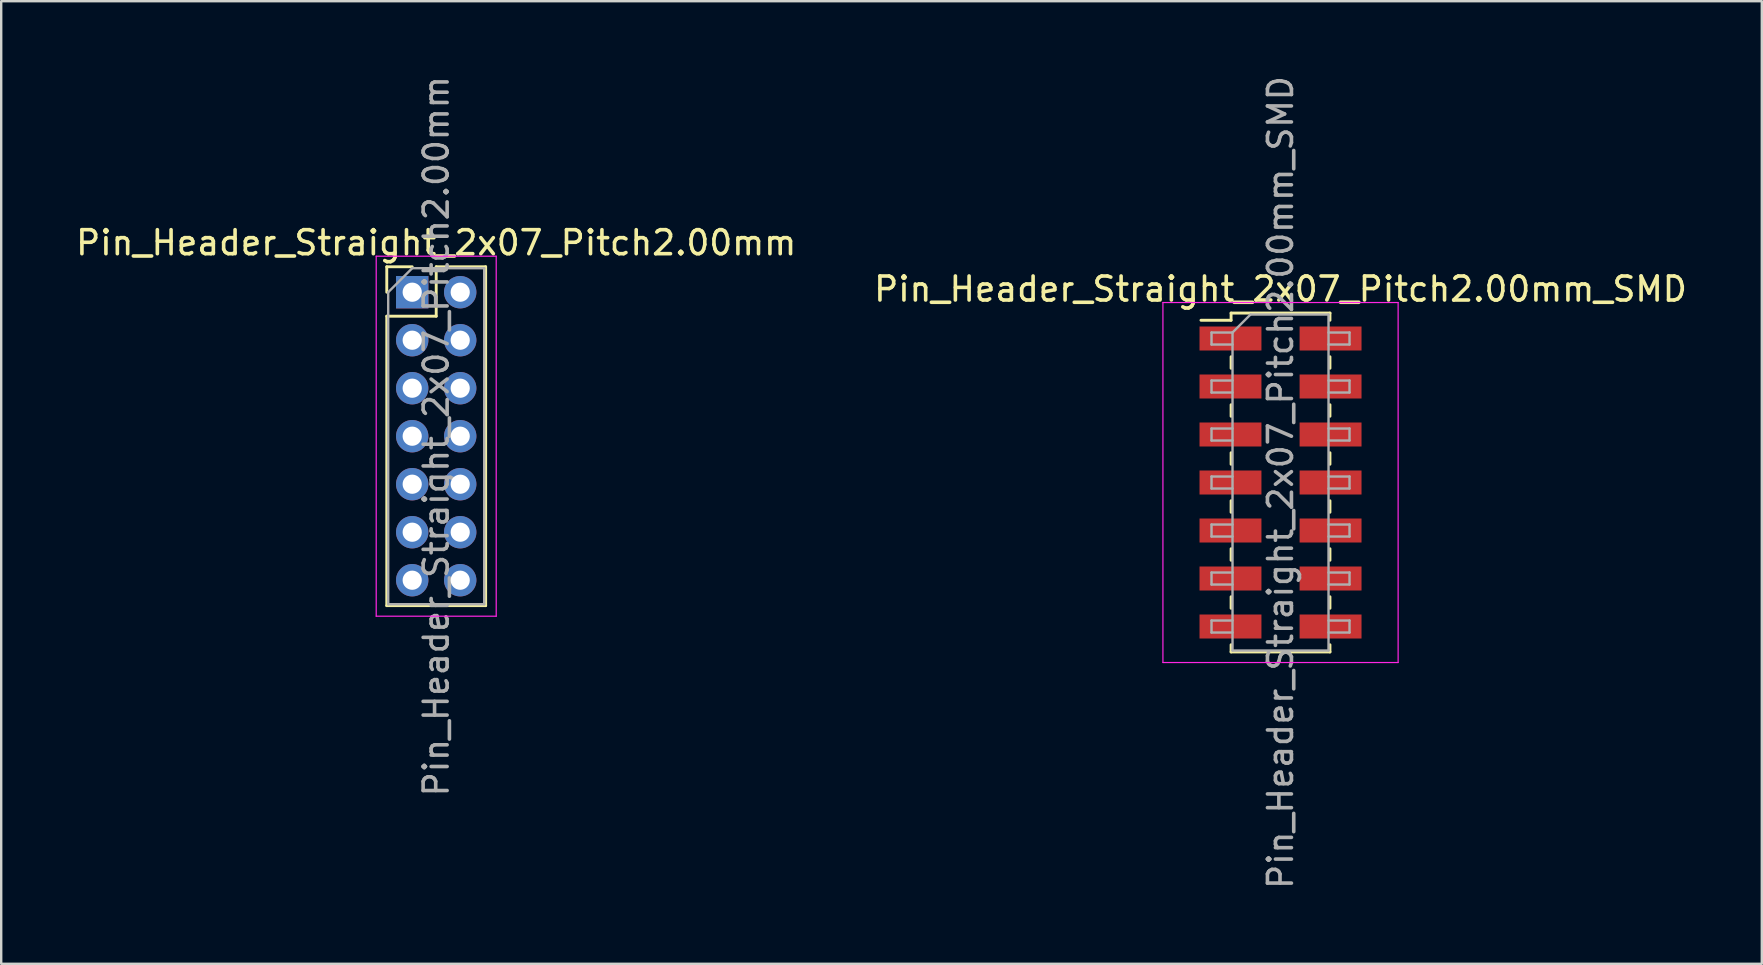
<source format=kicad_pcb>
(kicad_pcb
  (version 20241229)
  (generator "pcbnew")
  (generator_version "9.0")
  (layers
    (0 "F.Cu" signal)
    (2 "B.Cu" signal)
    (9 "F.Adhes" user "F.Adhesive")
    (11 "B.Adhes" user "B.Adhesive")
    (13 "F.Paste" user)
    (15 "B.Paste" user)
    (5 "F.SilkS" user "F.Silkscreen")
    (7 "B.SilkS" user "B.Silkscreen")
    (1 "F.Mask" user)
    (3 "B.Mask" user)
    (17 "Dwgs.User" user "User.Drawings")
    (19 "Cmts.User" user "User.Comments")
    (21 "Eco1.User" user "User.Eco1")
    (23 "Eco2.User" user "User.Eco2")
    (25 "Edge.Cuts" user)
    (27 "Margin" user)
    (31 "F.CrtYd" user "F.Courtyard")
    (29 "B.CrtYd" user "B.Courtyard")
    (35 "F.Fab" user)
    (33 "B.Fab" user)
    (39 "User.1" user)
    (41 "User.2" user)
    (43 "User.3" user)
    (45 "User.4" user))
  (footprint "Pin_Header_Straight_2x07_Pitch2.00mm_SMD"
    (layer "F.Cu")
    (at 50.304 17.054)
    (property "Reference" "Pin_Header_Straight_2x07_Pitch2.00mm_SMD" (at 0 -8.06 0) (layer "F.SilkS") (effects (font (size 1 1) (thickness 0.15))))
    (attr smd)
    (fp_line (start -3.315 -6.76) (end -2.06 -6.76) (stroke (width 0.12) (type solid)) (layer "F.SilkS"))
    (fp_line (start -2.06 -7.06) (end -2.06 -6.76) (stroke (width 0.12) (type solid)) (layer "F.SilkS"))
    (fp_line (start -2.06 -7.06) (end 2.06 -7.06) (stroke (width 0.12) (type solid)) (layer "F.SilkS"))
    (fp_line (start -2.06 -5.24) (end -2.06 -4.76) (stroke (width 0.12) (type solid)) (layer "F.SilkS"))
    (fp_line (start -2.06 -3.24) (end -2.06 -2.76) (stroke (width 0.12) (type solid)) (layer "F.SilkS"))
    (fp_line (start -2.06 -1.24) (end -2.06 -0.76) (stroke (width 0.12) (type solid)) (layer "F.SilkS"))
    (fp_line (start -2.06 0.76) (end -2.06 1.24) (stroke (width 0.12) (type solid)) (layer "F.SilkS"))
    (fp_line (start -2.06 2.76) (end -2.06 3.24) (stroke (width 0.12) (type solid)) (layer "F.SilkS"))
    (fp_line (start -2.06 4.76) (end -2.06 5.24) (stroke (width 0.12) (type solid)) (layer "F.SilkS"))
    (fp_line (start -2.06 6.76) (end -2.06 7.06) (stroke (width 0.12) (type solid)) (layer "F.SilkS"))
    (fp_line (start -2.06 7.06) (end 2.06 7.06) (stroke (width 0.12) (type solid)) (layer "F.SilkS"))
    (fp_line (start 2.06 -7.06) (end 2.06 -6.76) (stroke (width 0.12) (type solid)) (layer "F.SilkS"))
    (fp_line (start 2.06 -5.24) (end 2.06 -4.76) (stroke (width 0.12) (type solid)) (layer "F.SilkS"))
    (fp_line (start 2.06 -3.24) (end 2.06 -2.76) (stroke (width 0.12) (type solid)) (layer "F.SilkS"))
    (fp_line (start 2.06 -1.24) (end 2.06 -0.76) (stroke (width 0.12) (type solid)) (layer "F.SilkS"))
    (fp_line (start 2.06 0.76) (end 2.06 1.24) (stroke (width 0.12) (type solid)) (layer "F.SilkS"))
    (fp_line (start 2.06 2.76) (end 2.06 3.24) (stroke (width 0.12) (type solid)) (layer "F.SilkS"))
    (fp_line (start 2.06 4.76) (end 2.06 5.24) (stroke (width 0.12) (type solid)) (layer "F.SilkS"))
    (fp_line (start 2.06 6.76) (end 2.06 7.06) (stroke (width 0.12) (type solid)) (layer "F.SilkS"))
    (fp_line (start -4.9 -7.5) (end -4.9 7.5) (stroke (width 0.05) (type solid)) (layer "F.CrtYd"))
    (fp_line (start -4.9 7.5) (end 4.9 7.5) (stroke (width 0.05) (type solid)) (layer "F.CrtYd"))
    (fp_line (start 4.9 -7.5) (end -4.9 -7.5) (stroke (width 0.05) (type solid)) (layer "F.CrtYd"))
    (fp_line (start 4.9 7.5) (end 4.9 -7.5) (stroke (width 0.05) (type solid)) (layer "F.CrtYd"))
    (fp_line (start -2.875 -6.25) (end -2.875 -5.75) (stroke (width 0.1) (type solid)) (layer "F.Fab"))
    (fp_line (start -2.875 -5.75) (end -2 -5.75) (stroke (width 0.1) (type solid)) (layer "F.Fab"))
    (fp_line (start -2.875 -4.25) (end -2.875 -3.75) (stroke (width 0.1) (type solid)) (layer "F.Fab"))
    (fp_line (start -2.875 -3.75) (end -2 -3.75) (stroke (width 0.1) (type solid)) (layer "F.Fab"))
    (fp_line (start -2.875 -2.25) (end -2.875 -1.75) (stroke (width 0.1) (type solid)) (layer "F.Fab"))
    (fp_line (start -2.875 -1.75) (end -2 -1.75) (stroke (width 0.1) (type solid)) (layer "F.Fab"))
    (fp_line (start -2.875 -0.25) (end -2.875 0.25) (stroke (width 0.1) (type solid)) (layer "F.Fab"))
    (fp_line (start -2.875 0.25) (end -2 0.25) (stroke (width 0.1) (type solid)) (layer "F.Fab"))
    (fp_line (start -2.875 1.75) (end -2.875 2.25) (stroke (width 0.1) (type solid)) (layer "F.Fab"))
    (fp_line (start -2.875 2.25) (end -2 2.25) (stroke (width 0.1) (type solid)) (layer "F.Fab"))
    (fp_line (start -2.875 3.75) (end -2.875 4.25) (stroke (width 0.1) (type solid)) (layer "F.Fab"))
    (fp_line (start -2.875 4.25) (end -2 4.25) (stroke (width 0.1) (type solid)) (layer "F.Fab"))
    (fp_line (start -2.875 5.75) (end -2.875 6.25) (stroke (width 0.1) (type solid)) (layer "F.Fab"))
    (fp_line (start -2.875 6.25) (end -2 6.25) (stroke (width 0.1) (type solid)) (layer "F.Fab"))
    (fp_line (start -2 -6.25) (end -2.875 -6.25) (stroke (width 0.1) (type solid)) (layer "F.Fab"))
    (fp_line (start -2 -6.25) (end -1.25 -7) (stroke (width 0.1) (type solid)) (layer "F.Fab"))
    (fp_line (start -2 -4.25) (end -2.875 -4.25) (stroke (width 0.1) (type solid)) (layer "F.Fab"))
    (fp_line (start -2 -2.25) (end -2.875 -2.25) (stroke (width 0.1) (type solid)) (layer "F.Fab"))
    (fp_line (start -2 -0.25) (end -2.875 -0.25) (stroke (width 0.1) (type solid)) (layer "F.Fab"))
    (fp_line (start -2 1.75) (end -2.875 1.75) (stroke (width 0.1) (type solid)) (layer "F.Fab"))
    (fp_line (start -2 3.75) (end -2.875 3.75) (stroke (width 0.1) (type solid)) (layer "F.Fab"))
    (fp_line (start -2 5.75) (end -2.875 5.75) (stroke (width 0.1) (type solid)) (layer "F.Fab"))
    (fp_line (start -2 7) (end -2 -6.25) (stroke (width 0.1) (type solid)) (layer "F.Fab"))
    (fp_line (start -1.25 -7) (end 2 -7) (stroke (width 0.1) (type solid)) (layer "F.Fab"))
    (fp_line (start 2 -7) (end 2 7) (stroke (width 0.1) (type solid)) (layer "F.Fab"))
    (fp_line (start 2 -6.25) (end 2.875 -6.25) (stroke (width 0.1) (type solid)) (layer "F.Fab"))
    (fp_line (start 2 -4.25) (end 2.875 -4.25) (stroke (width 0.1) (type solid)) (layer "F.Fab"))
    (fp_line (start 2 -2.25) (end 2.875 -2.25) (stroke (width 0.1) (type solid)) (layer "F.Fab"))
    (fp_line (start 2 -0.25) (end 2.875 -0.25) (stroke (width 0.1) (type solid)) (layer "F.Fab"))
    (fp_line (start 2 1.75) (end 2.875 1.75) (stroke (width 0.1) (type solid)) (layer "F.Fab"))
    (fp_line (start 2 3.75) (end 2.875 3.75) (stroke (width 0.1) (type solid)) (layer "F.Fab"))
    (fp_line (start 2 5.75) (end 2.875 5.75) (stroke (width 0.1) (type solid)) (layer "F.Fab"))
    (fp_line (start 2 7) (end -2 7) (stroke (width 0.1) (type solid)) (layer "F.Fab"))
    (fp_line (start 2.875 -6.25) (end 2.875 -5.75) (stroke (width 0.1) (type solid)) (layer "F.Fab"))
    (fp_line (start 2.875 -5.75) (end 2 -5.75) (stroke (width 0.1) (type solid)) (layer "F.Fab"))
    (fp_line (start 2.875 -4.25) (end 2.875 -3.75) (stroke (width 0.1) (type solid)) (layer "F.Fab"))
    (fp_line (start 2.875 -3.75) (end 2 -3.75) (stroke (width 0.1) (type solid)) (layer "F.Fab"))
    (fp_line (start 2.875 -2.25) (end 2.875 -1.75) (stroke (width 0.1) (type solid)) (layer "F.Fab"))
    (fp_line (start 2.875 -1.75) (end 2 -1.75) (stroke (width 0.1) (type solid)) (layer "F.Fab"))
    (fp_line (start 2.875 -0.25) (end 2.875 0.25) (stroke (width 0.1) (type solid)) (layer "F.Fab"))
    (fp_line (start 2.875 0.25) (end 2 0.25) (stroke (width 0.1) (type solid)) (layer "F.Fab"))
    (fp_line (start 2.875 1.75) (end 2.875 2.25) (stroke (width 0.1) (type solid)) (layer "F.Fab"))
    (fp_line (start 2.875 2.25) (end 2 2.25) (stroke (width 0.1) (type solid)) (layer "F.Fab"))
    (fp_line (start 2.875 3.75) (end 2.875 4.25) (stroke (width 0.1) (type solid)) (layer "F.Fab"))
    (fp_line (start 2.875 4.25) (end 2 4.25) (stroke (width 0.1) (type solid)) (layer "F.Fab"))
    (fp_line (start 2.875 5.75) (end 2.875 6.25) (stroke (width 0.1) (type solid)) (layer "F.Fab"))
    (fp_line (start 2.875 6.25) (end 2 6.25) (stroke (width 0.1) (type solid)) (layer "F.Fab"))
    (fp_text user "${REFERENCE}" (at 0 0 90) (layer "F.Fab") (effects (font (size 1 1) (thickness 0.15))))
    (pad "1" smd rect (at -2.085 -6) (size 2.58 1) (layers "F.Cu" "F.Mask" "F.Paste"))
    (pad "2" smd rect (at 2.085 -6) (size 2.58 1) (layers "F.Cu" "F.Mask" "F.Paste"))
    (pad "3" smd rect (at -2.085 -4) (size 2.58 1) (layers "F.Cu" "F.Mask" "F.Paste"))
    (pad "4" smd rect (at 2.085 -4) (size 2.58 1) (layers "F.Cu" "F.Mask" "F.Paste"))
    (pad "5" smd rect (at -2.085 -2) (size 2.58 1) (layers "F.Cu" "F.Mask" "F.Paste"))
    (pad "6" smd rect (at 2.085 -2) (size 2.58 1) (layers "F.Cu" "F.Mask" "F.Paste"))
    (pad "7" smd rect (at -2.085 0) (size 2.58 1) (layers "F.Cu" "F.Mask" "F.Paste"))
    (pad "8" smd rect (at 2.085 0) (size 2.58 1) (layers "F.Cu" "F.Mask" "F.Paste"))
    (pad "9" smd rect (at -2.085 2) (size 2.58 1) (layers "F.Cu" "F.Mask" "F.Paste"))
    (pad "10" smd rect (at 2.085 2) (size 2.58 1) (layers "F.Cu" "F.Mask" "F.Paste"))
    (pad "11" smd rect (at -2.085 4) (size 2.58 1) (layers "F.Cu" "F.Mask" "F.Paste"))
    (pad "12" smd rect (at 2.085 4) (size 2.58 1) (layers "F.Cu" "F.Mask" "F.Paste"))
    (pad "13" smd rect (at -2.085 6) (size 2.58 1) (layers "F.Cu" "F.Mask" "F.Paste"))
    (pad "14" smd rect (at 2.085 6) (size 2.58 1) (layers "F.Cu" "F.Mask" "F.Paste")))
  (footprint "Pin_Header_Straight_2x07_Pitch2.00mm"
    (layer "F.Cu")
    (at 14.125 9.125)
    (property "Reference" "Pin_Header_Straight_2x07_Pitch2.00mm" (at 1 -2.06 0) (layer "F.SilkS") (effects (font (size 1 1) (thickness 0.15))))
    (attr through_hole)
    (fp_line (start -1.06 -1.06) (end 0 -1.06) (stroke (width 0.12) (type solid)) (layer "F.SilkS"))
    (fp_line (start -1.06 0) (end -1.06 -1.06) (stroke (width 0.12) (type solid)) (layer "F.SilkS"))
    (fp_line (start -1.06 1) (end -1.06 13.06) (stroke (width 0.12) (type solid)) (layer "F.SilkS"))
    (fp_line (start -1.06 1) (end 1 1) (stroke (width 0.12) (type solid)) (layer "F.SilkS"))
    (fp_line (start -1.06 13.06) (end 3.06 13.06) (stroke (width 0.12) (type solid)) (layer "F.SilkS"))
    (fp_line (start 1 -1.06) (end 3.06 -1.06) (stroke (width 0.12) (type solid)) (layer "F.SilkS"))
    (fp_line (start 1 1) (end 1 -1.06) (stroke (width 0.12) (type solid)) (layer "F.SilkS"))
    (fp_line (start 3.06 -1.06) (end 3.06 13.06) (stroke (width 0.12) (type solid)) (layer "F.SilkS"))
    (fp_line (start -1.5 -1.5) (end -1.5 13.5) (stroke (width 0.05) (type solid)) (layer "F.CrtYd"))
    (fp_line (start -1.5 13.5) (end 3.5 13.5) (stroke (width 0.05) (type solid)) (layer "F.CrtYd"))
    (fp_line (start 3.5 -1.5) (end -1.5 -1.5) (stroke (width 0.05) (type solid)) (layer "F.CrtYd"))
    (fp_line (start 3.5 13.5) (end 3.5 -1.5) (stroke (width 0.05) (type solid)) (layer "F.CrtYd"))
    (fp_line (start -1 0) (end 0 -1) (stroke (width 0.1) (type solid)) (layer "F.Fab"))
    (fp_line (start -1 13) (end -1 0) (stroke (width 0.1) (type solid)) (layer "F.Fab"))
    (fp_line (start 0 -1) (end 3 -1) (stroke (width 0.1) (type solid)) (layer "F.Fab"))
    (fp_line (start 3 -1) (end 3 13) (stroke (width 0.1) (type solid)) (layer "F.Fab"))
    (fp_line (start 3 13) (end -1 13) (stroke (width 0.1) (type solid)) (layer "F.Fab"))
    (fp_text user "${REFERENCE}" (at 1 6 90) (layer "F.Fab") (effects (font (size 1 1) (thickness 0.15))))
    (pad "1" thru_hole rect (at 0 0) (size 1.35 1.35) (drill 0.8) (layers "*.Cu" "*.Mask"))
    (pad "2" thru_hole oval (at 2 0) (size 1.35 1.35) (drill 0.8) (layers "*.Cu" "*.Mask"))
    (pad "3" thru_hole oval (at 0 2) (size 1.35 1.35) (drill 0.8) (layers "*.Cu" "*.Mask"))
    (pad "4" thru_hole oval (at 2 2) (size 1.35 1.35) (drill 0.8) (layers "*.Cu" "*.Mask"))
    (pad "5" thru_hole oval (at 0 4) (size 1.35 1.35) (drill 0.8) (layers "*.Cu" "*.Mask"))
    (pad "6" thru_hole oval (at 2 4) (size 1.35 1.35) (drill 0.8) (layers "*.Cu" "*.Mask"))
    (pad "7" thru_hole oval (at 0 6) (size 1.35 1.35) (drill 0.8) (layers "*.Cu" "*.Mask"))
    (pad "8" thru_hole oval (at 2 6) (size 1.35 1.35) (drill 0.8) (layers "*.Cu" "*.Mask"))
    (pad "9" thru_hole oval (at 0 8) (size 1.35 1.35) (drill 0.8) (layers "*.Cu" "*.Mask"))
    (pad "10" thru_hole oval (at 2 8) (size 1.35 1.35) (drill 0.8) (layers "*.Cu" "*.Mask"))
    (pad "11" thru_hole oval (at 0 10) (size 1.35 1.35) (drill 0.8) (layers "*.Cu" "*.Mask"))
    (pad "12" thru_hole oval (at 2 10) (size 1.35 1.35) (drill 0.8) (layers "*.Cu" "*.Mask"))
    (pad "13" thru_hole oval (at 0 12) (size 1.35 1.35) (drill 0.8) (layers "*.Cu" "*.Mask"))
    (pad "14" thru_hole oval (at 2 12) (size 1.35 1.35) (drill 0.8) (layers "*.Cu" "*.Mask")))
  (gr_rect
    (start -3 -3)
    (end 70.357 37.107)
    (stroke (width 0.1) (type default))
    (fill no)
    (layer "Edge.Cuts")))
</source>
